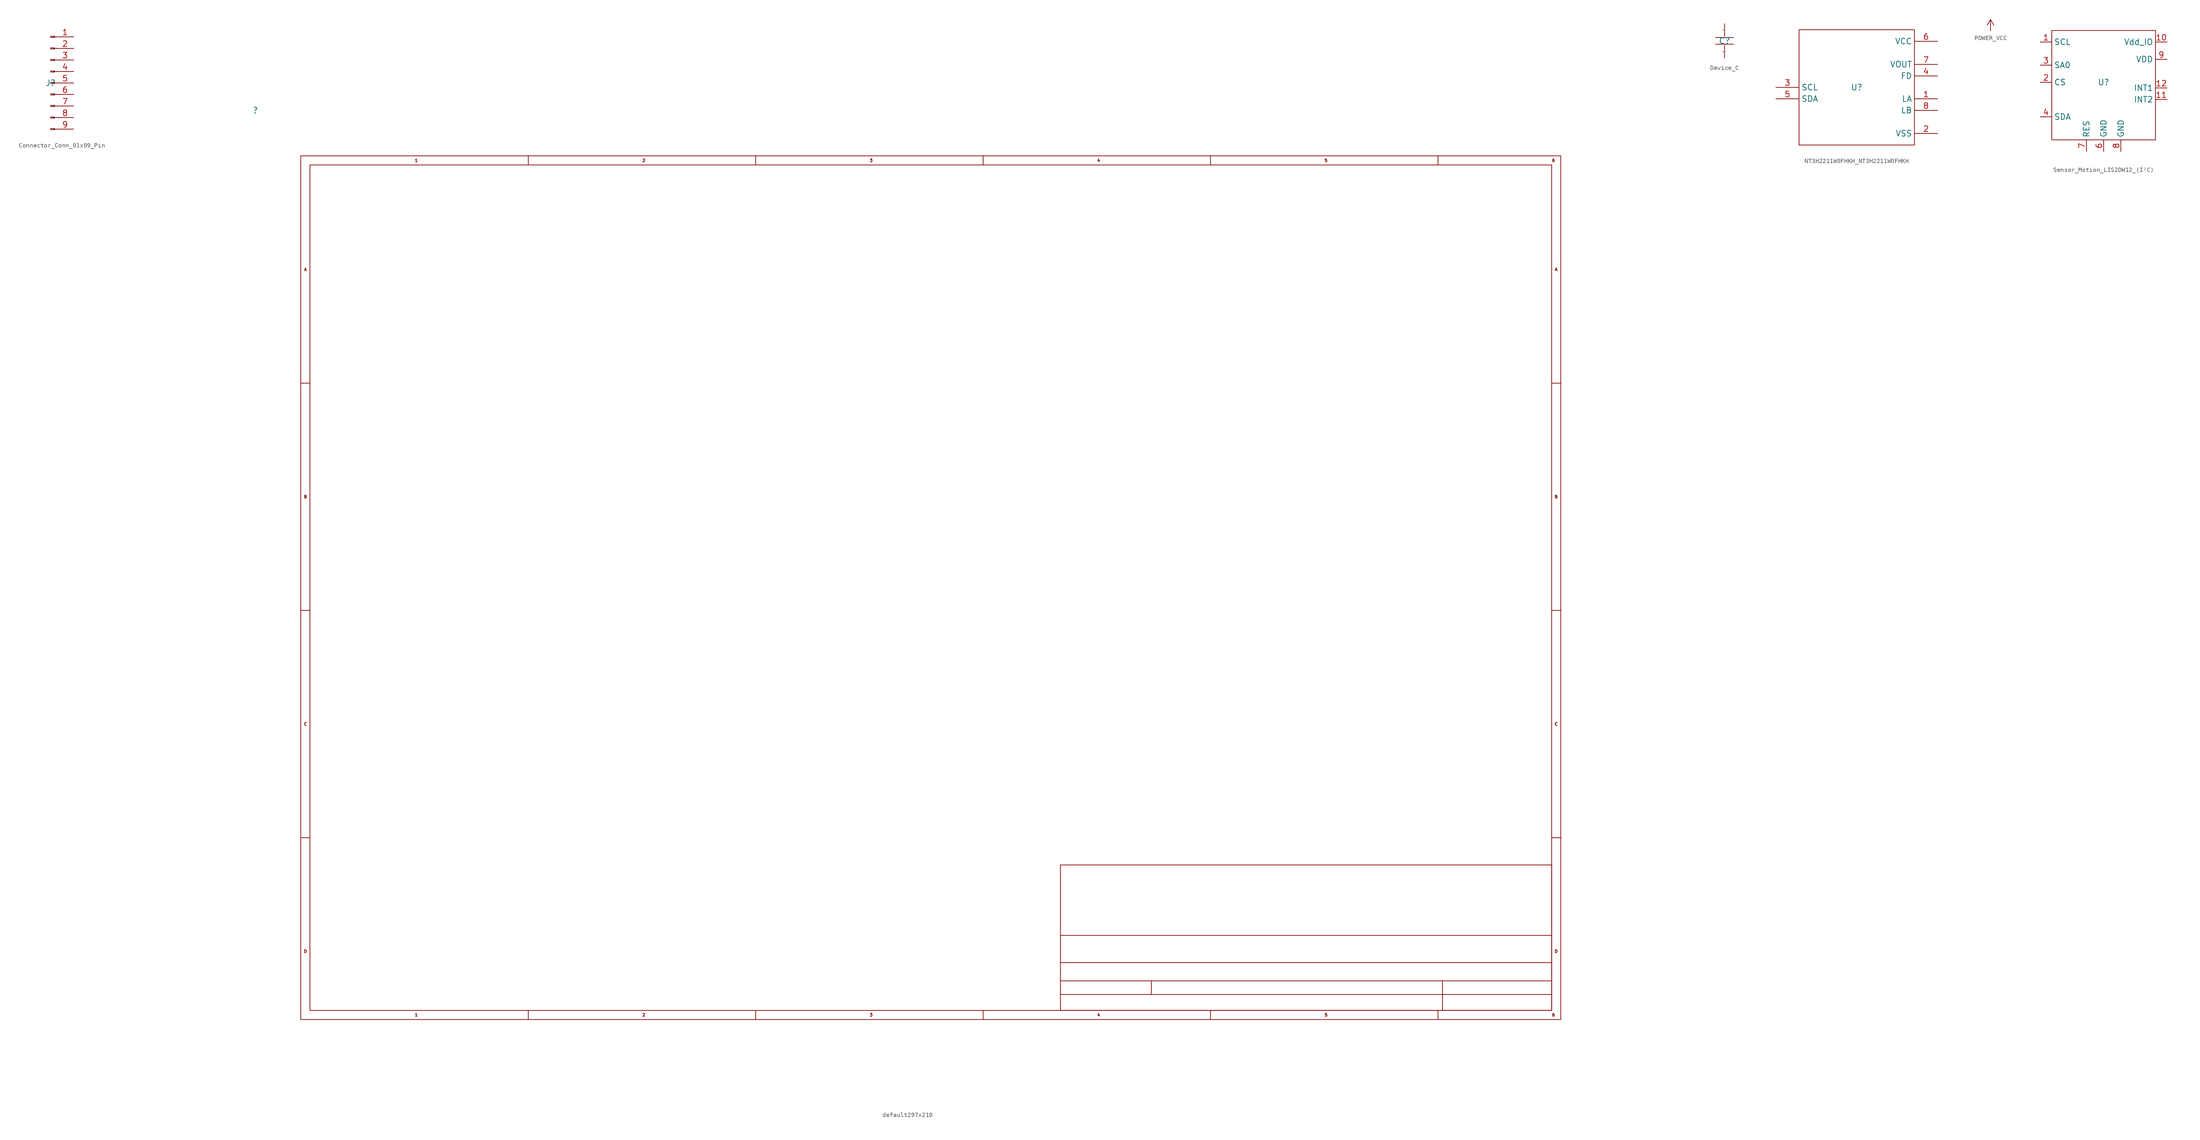
<source format=kicad_sym>
(kicad_symbol_lib
  (version 20231120)
  (generator "kicad_symbol_editor")
  (generator_version "8.0")
  (symbol "Connector_Conn_01x09_Pin"
    (property "Reference" "J"
      (at 0 0 0)
      (effects (font (size 1.27 1.27))))
    (symbol "Connector_Conn_01x09_Pin_1_0"
      (rectangle (start 0 -10.262) (end 0.838 -10.008) (stroke (width 0) (type default)) (fill (type none)))
      (rectangle (start 0 -7.722) (end 0.838 -7.468) (stroke (width 0) (type default)) (fill (type none)))
      (rectangle (start 0 -5.182) (end 0.838 -4.928) (stroke (width 0) (type default)) (fill (type none)))
      (rectangle (start 0 -2.642) (end 0.838 -2.388) (stroke (width 0) (type default)) (fill (type none)))
      (rectangle (start 0 -0.127) (end 0.838 0.127) (stroke (width 0) (type default)) (fill (type none)))
      (polyline (pts (xy 1.245 -10.135) (xy 0.838 -10.135)) (stroke (width 0) (type default)) (fill (type none)))
      (polyline (pts (xy 1.245 -7.595) (xy 0.838 -7.595)) (stroke (width 0) (type default)) (fill (type none)))
      (polyline (pts (xy 1.245 -5.055) (xy 0.838 -5.055)) (stroke (width 0) (type default)) (fill (type none)))
      (polyline (pts (xy 1.245 -2.515) (xy 0.838 -2.515)) (stroke (width 0) (type default)) (fill (type none)))
      (polyline (pts (xy 1.245 0) (xy 0.838 0)) (stroke (width 0) (type default)) (fill (type none)))
      (polyline (pts (xy 1.245 2.515) (xy 0.838 2.515)) (stroke (width 0) (type default)) (fill (type none)))
      (polyline (pts (xy 1.245 5.055) (xy 0.838 5.055)) (stroke (width 0) (type default)) (fill (type none)))
      (polyline (pts (xy 1.245 7.595) (xy 0.838 7.595)) (stroke (width 0) (type default)) (fill (type none)))
      (polyline (pts (xy 1.245 10.135) (xy 0.838 10.135)) (stroke (width 0) (type default)) (fill (type none)))
      (rectangle (start 0 2.388) (end 0.838 2.642) (stroke (width 0) (type default)) (fill (type none)))
      (rectangle (start 0 4.928) (end 0.838 5.182) (stroke (width 0) (type default)) (fill (type none)))
      (rectangle (start 0 7.468) (end 0.838 7.722) (stroke (width 0) (type default)) (fill (type none)))
      (rectangle (start 0 10.008) (end 0.838 10.262) (stroke (width 0) (type default)) (fill (type none)))
      (pin unspecified line (at 5.055 10.135 180) (length 3.785) (name "Pin_1" (effects (font (size 0.025 0.025)))) (number "1" (effects (font (size 1.27 1.27)))))
      (pin unspecified line (at 5.055 7.595 180) (length 3.785) (name "Pin_2" (effects (font (size 0.025 0.025)))) (number "2" (effects (font (size 1.27 1.27)))))
      (pin unspecified line (at 5.055 5.055 180) (length 3.785) (name "Pin_3" (effects (font (size 0.025 0.025)))) (number "3" (effects (font (size 1.27 1.27)))))
      (pin unspecified line (at 5.055 2.515 180) (length 3.785) (name "Pin_4" (effects (font (size 0.025 0.025)))) (number "4" (effects (font (size 1.27 1.27)))))
      (pin unspecified line (at 5.055 0 180) (length 3.785) (name "Pin_5" (effects (font (size 0.025 0.025)))) (number "5" (effects (font (size 1.27 1.27)))))
      (pin unspecified line (at 5.055 -2.515 180) (length 3.785) (name "Pin_6" (effects (font (size 0.025 0.025)))) (number "6" (effects (font (size 1.27 1.27)))))
      (pin unspecified line (at 5.055 -5.055 180) (length 3.785) (name "Pin_7" (effects (font (size 0.025 0.025)))) (number "7" (effects (font (size 1.27 1.27)))))
      (pin unspecified line (at 5.055 -7.595 180) (length 3.785) (name "Pin_8" (effects (font (size 0.025 0.025)))) (number "8" (effects (font (size 1.27 1.27)))))
      (pin unspecified line (at 5.055 -10.135 180) (length 3.785) (name "Pin_9" (effects (font (size 0.025 0.025)))) (number "9" (effects (font (size 1.27 1.27)))))))
  (symbol "default297x210"
    (property "Reference" ""
      (at 0 0 0)
      (effects (font (size 1.27 1.27))))
    (property "Value" ""
      (at 0 0 0)
      (effects (font (size 1.27 1.27))))
    (symbol "default297x210_1_0"
      (polyline (pts (xy 9.982 -159.995) (xy 11.989 -159.995)) (stroke (width 0) (type default)) (fill (type none)))
      (polyline (pts (xy 9.982 -109.982) (xy 11.989 -109.982)) (stroke (width 0) (type default)) (fill (type none)))
      (polyline (pts (xy 9.982 -59.995) (xy 11.989 -59.995)) (stroke (width 0) (type default)) (fill (type none)))
      (polyline (pts (xy 59.995 -197.993) (xy 59.995 -200)) (stroke (width 0) (type default)) (fill (type none)))
      (polyline (pts (xy 59.995 -11.989) (xy 59.995 -9.982)) (stroke (width 0) (type default)) (fill (type none)))
      (polyline (pts (xy 109.982 -197.993) (xy 109.982 -200)) (stroke (width 0) (type default)) (fill (type none)))
      (polyline (pts (xy 109.982 -11.989) (xy 109.982 -9.982)) (stroke (width 0) (type default)) (fill (type none)))
      (polyline (pts (xy 159.995 -197.993) (xy 159.995 -200)) (stroke (width 0) (type default)) (fill (type none)))
      (polyline (pts (xy 159.995 -11.989) (xy 159.995 -9.982)) (stroke (width 0) (type default)) (fill (type none)))
      (polyline (pts (xy 176.987 -194.488) (xy 284.988 -194.488)) (stroke (width 0) (type default)) (fill (type none)))
      (polyline (pts (xy 176.987 -191.491) (xy 284.988 -191.491)) (stroke (width 0) (type default)) (fill (type none)))
      (polyline (pts (xy 176.987 -187.477) (xy 284.988 -187.477)) (stroke (width 0) (type default)) (fill (type none)))
      (polyline (pts (xy 176.987 -181.483) (xy 284.988 -181.483)) (stroke (width 0) (type default)) (fill (type none)))
      (polyline (pts (xy 196.977 -191.491) (xy 196.977 -194.488)) (stroke (width 0) (type default)) (fill (type none)))
      (polyline (pts (xy 209.982 -197.993) (xy 209.982 -200)) (stroke (width 0) (type default)) (fill (type none)))
      (polyline (pts (xy 209.982 -11.989) (xy 209.982 -9.982)) (stroke (width 0) (type default)) (fill (type none)))
      (polyline (pts (xy 259.994 -197.993) (xy 259.994 -200)) (stroke (width 0) (type default)) (fill (type none)))
      (polyline (pts (xy 259.994 -11.989) (xy 259.994 -9.982)) (stroke (width 0) (type default)) (fill (type none)))
      (polyline (pts (xy 260.985 -191.491) (xy 260.985 -197.993)) (stroke (width 0) (type default)) (fill (type none)))
      (polyline (pts (xy 286.995 -159.995) (xy 284.988 -159.995)) (stroke (width 0) (type default)) (fill (type none)))
      (polyline (pts (xy 286.995 -109.982) (xy 284.988 -109.982)) (stroke (width 0) (type default)) (fill (type none)))
      (polyline (pts (xy 286.995 -59.995) (xy 284.988 -59.995)) (stroke (width 0) (type default)) (fill (type none)))
      (rectangle (start 9.982 -200) (end 286.995 -9.982) (stroke (width 0) (type default)) (fill (type none)))
      (rectangle (start 11.989 -197.993) (end 284.988 -11.989) (stroke (width 0) (type default)) (fill (type none)))
      (rectangle (start 176.987 -197.993) (end 284.988 -165.989) (stroke (width 0) (type default)) (fill (type none)))
      (text "1" (at 34.976 -198.984 0) (effects (font (size 0.635 0.635)) (justify left)))
      (text "1" (at 34.976 -10.998 0) (effects (font (size 0.635 0.635)) (justify left)))
      (text "2" (at 84.988 -198.984 0) (effects (font (size 0.635 0.635)) (justify left)))
      (text "2" (at 84.988 -10.998 0) (effects (font (size 0.635 0.635)) (justify left)))
      (text "3" (at 134.976 -198.984 0) (effects (font (size 0.635 0.635)) (justify left)))
      (text "3" (at 134.976 -10.998 0) (effects (font (size 0.635 0.635)) (justify left)))
      (text "4" (at 184.988 -198.984 0) (effects (font (size 0.635 0.635)) (justify left)))
      (text "4" (at 184.988 -10.998 0) (effects (font (size 0.635 0.635)) (justify left)))
      (text "5" (at 234.975 -198.984 0) (effects (font (size 0.635 0.635)) (justify left)))
      (text "5" (at 234.975 -10.998 0) (effects (font (size 0.635 0.635)) (justify left)))
      (text "6" (at 284.988 -198.984 0) (effects (font (size 0.635 0.635)) (justify left)))
      (text "6" (at 284.988 -10.998 0) (effects (font (size 0.635 0.635)) (justify left)))
      (text "A" (at 10.998 -34.976 0) (effects (font (size 0.635 0.635))))
      (text "A" (at 285.979 -34.976 0) (effects (font (size 0.635 0.635))))
      (text "B" (at 10.998 -84.988 0) (effects (font (size 0.635 0.635))))
      (text "B" (at 285.979 -84.988 0) (effects (font (size 0.635 0.635))))
      (text "C" (at 10.998 -134.976 0) (effects (font (size 0.635 0.635))))
      (text "C" (at 285.979 -134.976 0) (effects (font (size 0.635 0.635))))
      (text "D" (at 10.998 -184.988 0) (effects (font (size 0.635 0.635))))
      (text "D" (at 285.979 -184.988 0) (effects (font (size 0.635 0.635))))))
  (symbol "Device_C"
    (property "Reference" "C"
      (at 0 0 0)
      (effects (font (size 1.27 1.27))))
    (symbol "Device_C_1_0"
      (polyline (pts (xy -2.007 -0.737) (xy 2.007 -0.737)) (stroke (width 0) (type default)) (fill (type none)))
      (polyline (pts (xy -2.007 0.737) (xy 2.007 0.737)) (stroke (width 0) (type default)) (fill (type none)))
      (pin unspecified line (at 0 3.785 270) (length 2.769) (name "~" (effects (font (size 1.27 1.27)))) (number "1" (effects (font (size 0.025 0.025)))))
      (pin unspecified line (at 0 -3.785 90) (length 2.769) (name "~" (effects (font (size 1.27 1.27)))) (number "2" (effects (font (size 0.025 0.025)))))))
  (symbol "NT3H2211W0FHKH_NT3H2211W0FHKH"
    (property "Reference" "U"
      (at 0 0 0)
      (effects (font (size 1.27 1.27))))
    (symbol "NT3H2211W0FHKH_NT3H2211W0FHKH_1_0"
      (rectangle (start -12.675 -12.675) (end 12.675 12.675) (stroke (width 0) (type default)) (fill (type none)))
      (pin bidirectional line (at 17.755 -2.515 180) (length 5.055) (name "LA" (effects (font (size 1.27 1.27)))) (number "1" (effects (font (size 1.27 1.27)))))
      (pin unspecified line (at 17.755 -10.135 180) (length 5.055) (name "VSS" (effects (font (size 1.27 1.27)))) (number "2" (effects (font (size 1.27 1.27)))))
      (pin input line (at -17.755 0 0) (length 5.055) (name "SCL" (effects (font (size 1.27 1.27)))) (number "3" (effects (font (size 1.27 1.27)))))
      (pin output line (at 17.755 2.515 180) (length 5.055) (name "FD" (effects (font (size 1.27 1.27)))) (number "4" (effects (font (size 1.27 1.27)))))
      (pin bidirectional line (at -17.755 -2.515 0) (length 5.055) (name "SDA" (effects (font (size 1.27 1.27)))) (number "5" (effects (font (size 1.27 1.27)))))
      (pin unspecified line (at 17.755 10.135 180) (length 5.055) (name "VCC" (effects (font (size 1.27 1.27)))) (number "6" (effects (font (size 1.27 1.27)))))
      (pin output line (at 17.755 5.055 180) (length 5.055) (name "VOUT" (effects (font (size 1.27 1.27)))) (number "7" (effects (font (size 1.27 1.27)))))
      (pin bidirectional line (at 17.755 -5.055 180) (length 5.055) (name "LB" (effects (font (size 1.27 1.27)))) (number "8" (effects (font (size 1.27 1.27)))))))
  (symbol "POWER_VCC"
    (power)
    (pin_numbers hide)
    (pin_names hide)
    (property "Reference" "#PWR"
      (at 0 0 0)
      (effects (font (size 1.27 1.27)) (hide yes)))
    (symbol "POWER_VCC_1_0"
      (polyline (pts (xy -0.737 1.245) (xy 0 2.515)) (stroke (width 0) (type default)) (fill (type none)))
      (polyline (pts (xy 0 0) (xy 0 2.515)) (stroke (width 0) (type default)) (fill (type none)))
      (polyline (pts (xy 0 2.515) (xy 0.737 1.245)) (stroke (width 0) (type default)) (fill (type none)))
      (pin power_in line (at 0 0 90) (length 0) (name "" (effects (font (size 1.27 1.27)))) (number "1" (effects (font (size 0 0)))))))
  (symbol "Sensor_Motion_LIS2DW12_(I²C)"
    (property "Reference" "U"
      (at 0 0 0)
      (effects (font (size 1.27 1.27))))
    (symbol "Sensor_Motion_LIS2DW12_(I²C)_1_0"
      (rectangle (start -11.405 -12.675) (end 11.405 11.405) (stroke (width 0) (type default)) (fill (type none)))
      (pin input line (at -13.945 8.865 0) (length 2.515) (name "SCL" (effects (font (size 1.27 1.27)))) (number "1" (effects (font (size 1.27 1.27)))))
      (pin unspecified line (at 13.945 8.865 180) (length 2.515) (name "Vdd_IO" (effects (font (size 1.27 1.27)))) (number "10" (effects (font (size 1.257 1.257)))))
      (pin bidirectional line (at 13.945 -3.785 180) (length 2.515) (name "INT2" (effects (font (size 1.27 1.27)))) (number "11" (effects (font (size 1.257 1.257)))))
      (pin output line (at 13.945 -1.245 180) (length 2.515) (name "INT1" (effects (font (size 1.27 1.27)))) (number "12" (effects (font (size 1.257 1.257)))))
      (pin input line (at -13.945 0 0) (length 2.515) (name "CS" (effects (font (size 1.27 1.27)))) (number "2" (effects (font (size 1.27 1.27)))))
      (pin bidirectional line (at -13.945 3.785 0) (length 2.515) (name "SA0" (effects (font (size 1.27 1.27)))) (number "3" (effects (font (size 1.27 1.27)))))
      (pin bidirectional line (at -13.945 -7.595 0) (length 2.515) (name "SDA" (effects (font (size 1.27 1.27)))) (number "4" (effects (font (size 1.27 1.27)))))
      (pin unspecified line (at 0 -15.215 90) (length 2.515) (name "GND" (effects (font (size 1.27 1.27)))) (number "6" (effects (font (size 1.27 1.27)))))
      (pin unspecified line (at -3.785 -15.215 90) (length 2.515) (name "RES" (effects (font (size 1.27 1.27)))) (number "7" (effects (font (size 1.27 1.27)))))
      (pin unspecified line (at 3.785 -15.215 90) (length 2.515) (name "GND" (effects (font (size 1.27 1.27)))) (number "8" (effects (font (size 1.27 1.27)))))
      (pin unspecified line (at 13.945 5.055 180) (length 2.515) (name "VDD" (effects (font (size 1.27 1.27)))) (number "9" (effects (font (size 1.27 1.27))))))))
</source>
